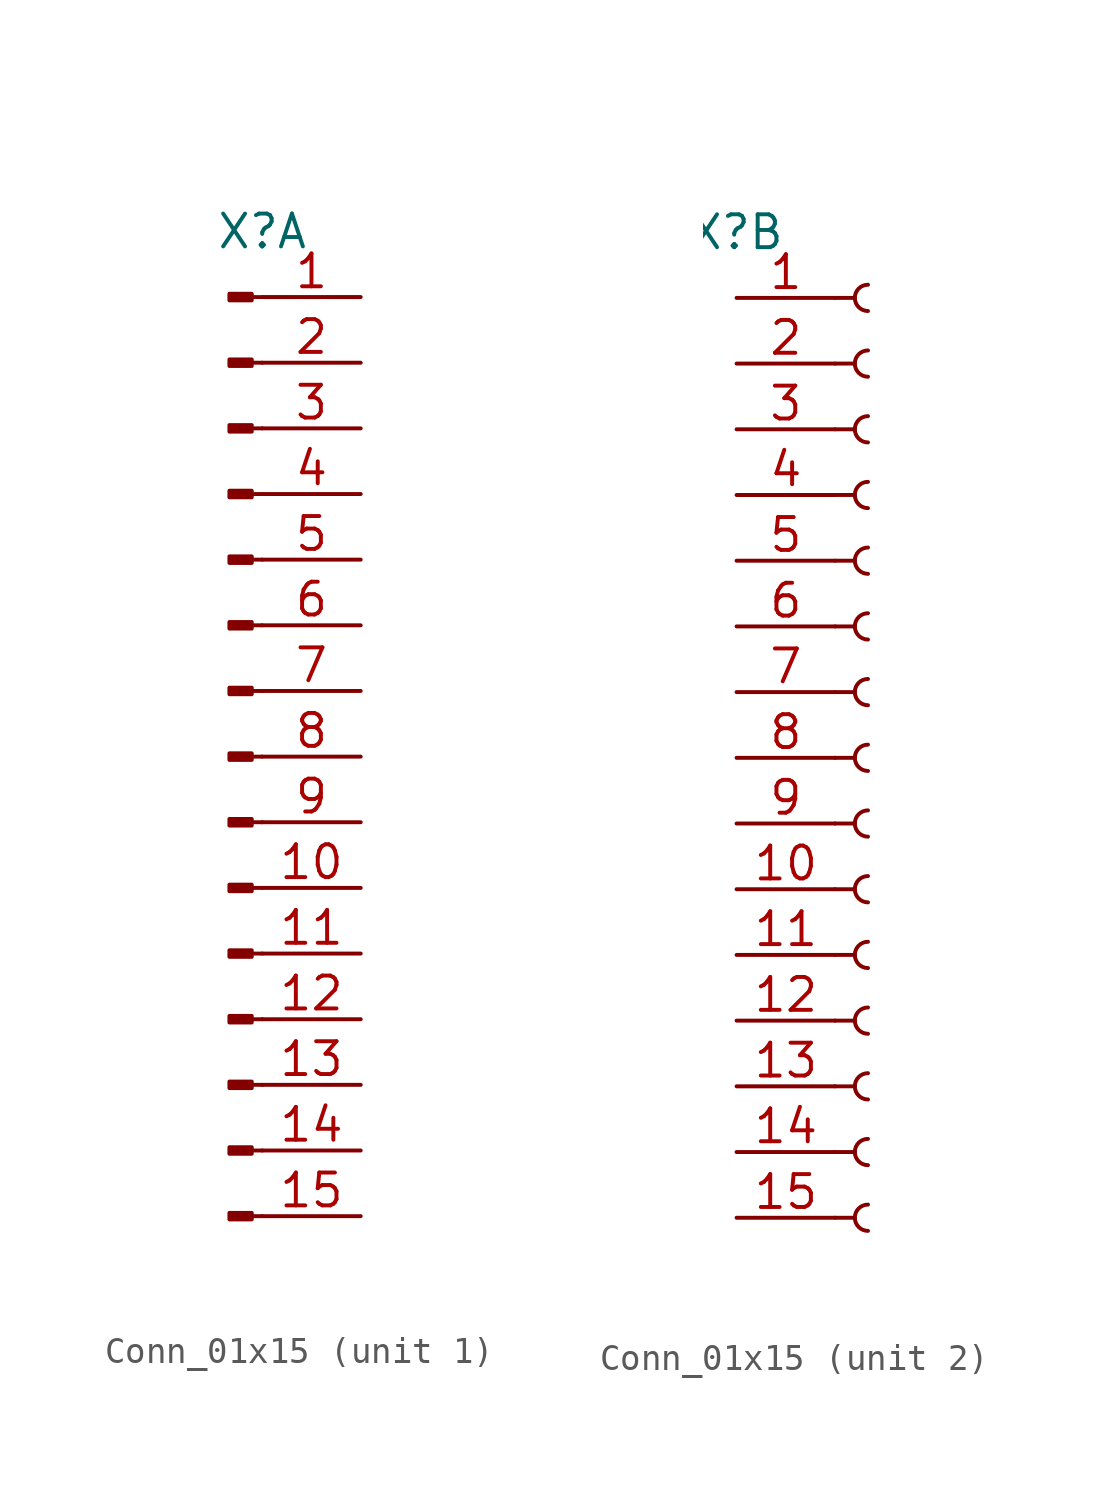
<source format=kicad_sym>
(kicad_symbol_lib
  (version 20241209)
  (generator "kicad_symbol_editor")
  (generator_version "9.0")
  (symbol "Conn_01x15"
    (pin_names
      (offset 1.016)
      (hide yes))
    (property "Reference" "X"
      (at 0 20.32 0)
      (do_not_autoplace)
      (effects (font (size 1.27 1.27))))
    (property "ki_locked" ""
      (at 0 0 0)
      (effects (font (size 1.27 1.27))))
    (symbol "Conn_01x15_1_1"
      (rectangle (start -0.406 17.907) (end -1.27 17.653) (stroke (width 0.152) (type default)) (fill (type outline)))
      (rectangle (start -0.406 15.367) (end -1.27 15.113) (stroke (width 0.152) (type default)) (fill (type outline)))
      (rectangle (start -0.406 12.827) (end -1.27 12.573) (stroke (width 0.152) (type default)) (fill (type outline)))
      (rectangle (start -0.406 10.287) (end -1.27 10.033) (stroke (width 0.152) (type default)) (fill (type outline)))
      (rectangle (start -0.406 7.747) (end -1.27 7.493) (stroke (width 0.152) (type default)) (fill (type outline)))
      (rectangle (start -0.406 5.207) (end -1.27 4.953) (stroke (width 0.152) (type default)) (fill (type outline)))
      (rectangle (start -0.406 2.667) (end -1.27 2.413) (stroke (width 0.152) (type default)) (fill (type outline)))
      (rectangle (start -0.406 0.127) (end -1.27 -0.127) (stroke (width 0.152) (type default)) (fill (type outline)))
      (rectangle (start -0.406 -2.413) (end -1.27 -2.667) (stroke (width 0.152) (type default)) (fill (type outline)))
      (rectangle (start -0.406 -4.953) (end -1.27 -5.207) (stroke (width 0.152) (type default)) (fill (type outline)))
      (rectangle (start -0.406 -7.493) (end -1.27 -7.747) (stroke (width 0.152) (type default)) (fill (type outline)))
      (rectangle (start -0.406 -10.033) (end -1.27 -10.287) (stroke (width 0.152) (type default)) (fill (type outline)))
      (rectangle (start -0.406 -12.573) (end -1.27 -12.827) (stroke (width 0.152) (type default)) (fill (type outline)))
      (rectangle (start -0.406 -15.113) (end -1.27 -15.367) (stroke (width 0.152) (type default)) (fill (type outline)))
      (rectangle (start -0.406 -17.653) (end -1.27 -17.907) (stroke (width 0.152) (type default)) (fill (type outline)))
      (polyline (pts (xy 0 17.78) (xy -0.406 17.78)) (stroke (width 0.152) (type default)) (fill (type none)))
      (polyline (pts (xy 0 15.24) (xy -0.406 15.24)) (stroke (width 0.152) (type default)) (fill (type none)))
      (polyline (pts (xy 0 12.7) (xy -0.406 12.7)) (stroke (width 0.152) (type default)) (fill (type none)))
      (polyline (pts (xy 0 10.16) (xy -0.406 10.16)) (stroke (width 0.152) (type default)) (fill (type none)))
      (polyline (pts (xy 0 7.62) (xy -0.406 7.62)) (stroke (width 0.152) (type default)) (fill (type none)))
      (polyline (pts (xy 0 5.08) (xy -0.406 5.08)) (stroke (width 0.152) (type default)) (fill (type none)))
      (polyline (pts (xy 0 2.54) (xy -0.406 2.54)) (stroke (width 0.152) (type default)) (fill (type none)))
      (polyline (pts (xy 0 0) (xy -0.406 0)) (stroke (width 0.152) (type default)) (fill (type none)))
      (polyline (pts (xy 0 -2.54) (xy -0.406 -2.54)) (stroke (width 0.152) (type default)) (fill (type none)))
      (polyline (pts (xy 0 -5.08) (xy -0.406 -5.08)) (stroke (width 0.152) (type default)) (fill (type none)))
      (polyline (pts (xy 0 -7.62) (xy -0.406 -7.62)) (stroke (width 0.152) (type default)) (fill (type none)))
      (polyline (pts (xy 0 -10.16) (xy -0.406 -10.16)) (stroke (width 0.152) (type default)) (fill (type none)))
      (polyline (pts (xy 0 -12.7) (xy -0.406 -12.7)) (stroke (width 0.152) (type default)) (fill (type none)))
      (polyline (pts (xy 0 -15.24) (xy -0.406 -15.24)) (stroke (width 0.152) (type default)) (fill (type none)))
      (polyline (pts (xy 0 -17.78) (xy -0.406 -17.78)) (stroke (width 0.152) (type default)) (fill (type none)))
      (pin passive line (at 3.81 17.78 180) (length 3.81) (name "Pin_1" (effects (font (size 1.27 1.27)))) (number "1" (effects (font (size 1.27 1.27)))))
      (pin passive line (at 3.81 15.24 180) (length 3.81) (name "Pin_2" (effects (font (size 1.27 1.27)))) (number "2" (effects (font (size 1.27 1.27)))))
      (pin passive line (at 3.81 12.7 180) (length 3.81) (name "Pin_3" (effects (font (size 1.27 1.27)))) (number "3" (effects (font (size 1.27 1.27)))))
      (pin passive line (at 3.81 10.16 180) (length 3.81) (name "Pin_4" (effects (font (size 1.27 1.27)))) (number "4" (effects (font (size 1.27 1.27)))))
      (pin passive line (at 3.81 7.62 180) (length 3.81) (name "Pin_5" (effects (font (size 1.27 1.27)))) (number "5" (effects (font (size 1.27 1.27)))))
      (pin passive line (at 3.81 5.08 180) (length 3.81) (name "Pin_6" (effects (font (size 1.27 1.27)))) (number "6" (effects (font (size 1.27 1.27)))))
      (pin passive line (at 3.81 2.54 180) (length 3.81) (name "Pin_7" (effects (font (size 1.27 1.27)))) (number "7" (effects (font (size 1.27 1.27)))))
      (pin passive line (at 3.81 0 180) (length 3.81) (name "Pin_8" (effects (font (size 1.27 1.27)))) (number "8" (effects (font (size 1.27 1.27)))))
      (pin passive line (at 3.81 -2.54 180) (length 3.81) (name "Pin_9" (effects (font (size 1.27 1.27)))) (number "9" (effects (font (size 1.27 1.27)))))
      (pin passive line (at 3.81 -5.08 180) (length 3.81) (name "Pin_10" (effects (font (size 1.27 1.27)))) (number "10" (effects (font (size 1.27 1.27)))))
      (pin passive line (at 3.81 -7.62 180) (length 3.81) (name "Pin_11" (effects (font (size 1.27 1.27)))) (number "11" (effects (font (size 1.27 1.27)))))
      (pin passive line (at 3.81 -10.16 180) (length 3.81) (name "Pin_12" (effects (font (size 1.27 1.27)))) (number "12" (effects (font (size 1.27 1.27)))))
      (pin passive line (at 3.81 -12.7 180) (length 3.81) (name "Pin_13" (effects (font (size 1.27 1.27)))) (number "13" (effects (font (size 1.27 1.27)))))
      (pin passive line (at 3.81 -15.24 180) (length 3.81) (name "Pin_14" (effects (font (size 1.27 1.27)))) (number "14" (effects (font (size 1.27 1.27)))))
      (pin passive line (at 3.81 -17.78 180) (length 3.81) (name "Pin_15" (effects (font (size 1.27 1.27)))) (number "15" (effects (font (size 1.27 1.27))))))
    (symbol "Conn_01x15_2_1"
      (polyline (pts (xy 3.81 17.78) (xy 4.572 17.78)) (stroke (width 0.152) (type default)) (fill (type none)))
      (polyline (pts (xy 3.81 15.24) (xy 4.572 15.24)) (stroke (width 0.152) (type default)) (fill (type none)))
      (polyline (pts (xy 3.81 12.7) (xy 4.572 12.7)) (stroke (width 0.152) (type default)) (fill (type none)))
      (polyline (pts (xy 3.81 10.16) (xy 4.572 10.16)) (stroke (width 0.152) (type default)) (fill (type none)))
      (polyline (pts (xy 3.81 7.62) (xy 4.572 7.62)) (stroke (width 0.152) (type default)) (fill (type none)))
      (polyline (pts (xy 3.81 5.08) (xy 4.572 5.08)) (stroke (width 0.152) (type default)) (fill (type none)))
      (polyline (pts (xy 3.81 2.54) (xy 4.572 2.54)) (stroke (width 0.152) (type default)) (fill (type none)))
      (polyline (pts (xy 3.81 0) (xy 4.572 0)) (stroke (width 0.152) (type default)) (fill (type none)))
      (polyline (pts (xy 3.81 -2.54) (xy 4.572 -2.54)) (stroke (width 0.152) (type default)) (fill (type none)))
      (polyline (pts (xy 3.81 -5.08) (xy 4.572 -5.08)) (stroke (width 0.152) (type default)) (fill (type none)))
      (polyline (pts (xy 3.81 -7.62) (xy 4.572 -7.62)) (stroke (width 0.152) (type default)) (fill (type none)))
      (polyline (pts (xy 3.81 -10.16) (xy 4.572 -10.16)) (stroke (width 0.152) (type default)) (fill (type none)))
      (polyline (pts (xy 3.81 -12.7) (xy 4.572 -12.7)) (stroke (width 0.152) (type default)) (fill (type none)))
      (polyline (pts (xy 3.81 -15.24) (xy 4.572 -15.24)) (stroke (width 0.152) (type default)) (fill (type none)))
      (polyline (pts (xy 3.81 -17.78) (xy 4.572 -17.78)) (stroke (width 0.152) (type default)) (fill (type none)))
      (arc (start 5.08 17.272) (mid 4.5742 17.78) (end 5.08 18.288) (stroke (width 0.1524) (type default)) (fill (type none)))
      (arc (start 5.08 14.732) (mid 4.5742 15.24) (end 5.08 15.748) (stroke (width 0.1524) (type default)) (fill (type none)))
      (arc (start 5.08 12.192) (mid 4.5742 12.7) (end 5.08 13.208) (stroke (width 0.1524) (type default)) (fill (type none)))
      (arc (start 5.08 9.652) (mid 4.5742 10.16) (end 5.08 10.668) (stroke (width 0.1524) (type default)) (fill (type none)))
      (arc (start 5.08 7.112) (mid 4.5742 7.62) (end 5.08 8.128) (stroke (width 0.1524) (type default)) (fill (type none)))
      (arc (start 5.08 4.572) (mid 4.5742 5.08) (end 5.08 5.588) (stroke (width 0.1524) (type default)) (fill (type none)))
      (arc (start 5.08 2.032) (mid 4.5742 2.54) (end 5.08 3.048) (stroke (width 0.1524) (type default)) (fill (type none)))
      (arc (start 5.08 -0.508) (mid 4.5742 0) (end 5.08 0.508) (stroke (width 0.1524) (type default)) (fill (type none)))
      (arc (start 5.08 -3.048) (mid 4.5742 -2.54) (end 5.08 -2.032) (stroke (width 0.1524) (type default)) (fill (type none)))
      (arc (start 5.08 -5.588) (mid 4.5742 -5.08) (end 5.08 -4.572) (stroke (width 0.1524) (type default)) (fill (type none)))
      (arc (start 5.08 -8.128) (mid 4.5742 -7.62) (end 5.08 -7.112) (stroke (width 0.1524) (type default)) (fill (type none)))
      (arc (start 5.08 -10.668) (mid 4.5742 -10.16) (end 5.08 -9.652) (stroke (width 0.1524) (type default)) (fill (type none)))
      (arc (start 5.08 -13.208) (mid 4.5742 -12.7) (end 5.08 -12.192) (stroke (width 0.1524) (type default)) (fill (type none)))
      (arc (start 5.08 -15.748) (mid 4.5742 -15.24) (end 5.08 -14.732) (stroke (width 0.1524) (type default)) (fill (type none)))
      (arc (start 5.08 -18.288) (mid 4.5742 -17.78) (end 5.08 -17.272) (stroke (width 0.1524) (type default)) (fill (type none)))
      (pin passive line (at 0 17.78 0) (length 3.81) (name "Pin_1" (effects (font (size 1.27 1.27)))) (number "1" (effects (font (size 1.27 1.27)))))
      (pin passive line (at 0 15.24 0) (length 3.81) (name "Pin_2" (effects (font (size 1.27 1.27)))) (number "2" (effects (font (size 1.27 1.27)))))
      (pin passive line (at 0 12.7 0) (length 3.81) (name "Pin_3" (effects (font (size 1.27 1.27)))) (number "3" (effects (font (size 1.27 1.27)))))
      (pin passive line (at 0 10.16 0) (length 3.81) (name "Pin_4" (effects (font (size 1.27 1.27)))) (number "4" (effects (font (size 1.27 1.27)))))
      (pin passive line (at 0 7.62 0) (length 3.81) (name "Pin_5" (effects (font (size 1.27 1.27)))) (number "5" (effects (font (size 1.27 1.27)))))
      (pin passive line (at 0 5.08 0) (length 3.81) (name "Pin_6" (effects (font (size 1.27 1.27)))) (number "6" (effects (font (size 1.27 1.27)))))
      (pin passive line (at 0 2.54 0) (length 3.81) (name "Pin_7" (effects (font (size 1.27 1.27)))) (number "7" (effects (font (size 1.27 1.27)))))
      (pin passive line (at 0 0 0) (length 3.81) (name "Pin_8" (effects (font (size 1.27 1.27)))) (number "8" (effects (font (size 1.27 1.27)))))
      (pin passive line (at 0 -2.54 0) (length 3.81) (name "Pin_9" (effects (font (size 1.27 1.27)))) (number "9" (effects (font (size 1.27 1.27)))))
      (pin passive line (at 0 -5.08 0) (length 3.81) (name "Pin_10" (effects (font (size 1.27 1.27)))) (number "10" (effects (font (size 1.27 1.27)))))
      (pin passive line (at 0 -7.62 0) (length 3.81) (name "Pin_11" (effects (font (size 1.27 1.27)))) (number "11" (effects (font (size 1.27 1.27)))))
      (pin passive line (at 0 -10.16 0) (length 3.81) (name "Pin_12" (effects (font (size 1.27 1.27)))) (number "12" (effects (font (size 1.27 1.27)))))
      (pin passive line (at 0 -12.7 0) (length 3.81) (name "Pin_13" (effects (font (size 1.27 1.27)))) (number "13" (effects (font (size 1.27 1.27)))))
      (pin passive line (at 0 -15.24 0) (length 3.81) (name "Pin_14" (effects (font (size 1.27 1.27)))) (number "14" (effects (font (size 1.27 1.27)))))
      (pin passive line (at 0 -17.78 0) (length 3.81) (name "Pin_15" (effects (font (size 1.27 1.27)))) (number "15" (effects (font (size 1.27 1.27))))))))
</source>
